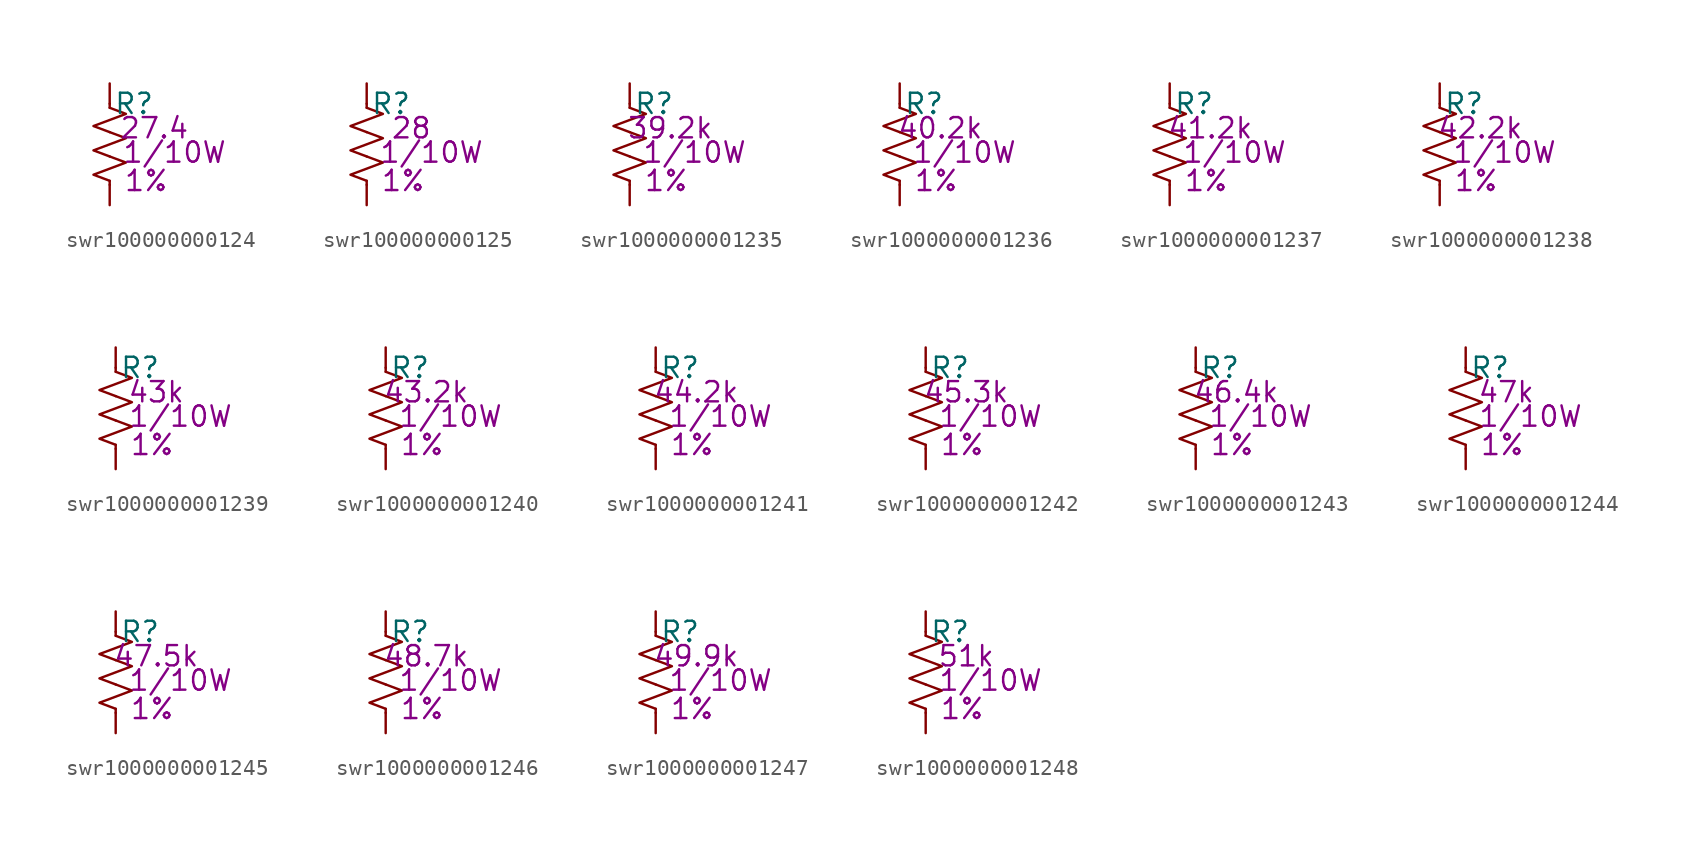
<source format=kicad_sym>
(kicad_symbol_lib
  (version 20211014)
  (generator kicad_symbol_editor)
  (symbol "swr100000000124"
    (pin_numbers hide)
    (pin_names
      (offset 1.016))
    (property "Reference" "R"
      (at 1.524 2.54 0)
      (effects (font (size 1.27 1.27))))
    (property "Tolerance" "1%"
      (at 2.286 -2.286 0)
      (effects (font (size 1.27 1.27))))
    (property "Wattage" "1/10W"
      (at 4.064 -0.508 0)
      (effects (font (size 1.27 1.27))))
    (property "PartValue" "27.4"
      (at 2.794 1.016 0)
      (effects (font (size 1.27 1.27))))
    (symbol "swr100000000124_1_1"
      (polyline (pts (xy 0 -2.286) (xy 0 -2.54)) (stroke (width 0) (type default) (color 0 0 0 0)) (fill (type none)))
      (polyline (pts (xy 0 2.286) (xy 0 2.54)) (stroke (width 0) (type default) (color 0 0 0 0)) (fill (type none)))
      (polyline (pts (xy 0 -0.762) (xy 1.016 -1.143) (xy 0 -1.524) (xy -1.016 -1.905) (xy 0 -2.286)) (stroke (width 0) (type default) (color 0 0 0 0)) (fill (type none)))
      (polyline (pts (xy 0 0.762) (xy 1.016 0.381) (xy 0 0) (xy -1.016 -0.381) (xy 0 -0.762)) (stroke (width 0) (type default) (color 0 0 0 0)) (fill (type none)))
      (polyline (pts (xy 0 2.286) (xy 1.016 1.905) (xy 0 1.524) (xy -1.016 1.143) (xy 0 0.762)) (stroke (width 0) (type default) (color 0 0 0 0)) (fill (type none)))
      (pin passive line (at 0 3.81 270) (length 1.27) (name "~" (effects (font (size 1.27 1.27)))) (number "1" (effects (font (size 1.27 1.27)))))
      (pin passive line (at 0 -3.81 90) (length 1.27) (name "~" (effects (font (size 1.27 1.27)))) (number "2" (effects (font (size 1.27 1.27)))))))
  (symbol "swr100000000125"
    (pin_numbers hide)
    (pin_names
      (offset 1.016))
    (property "Reference" "R"
      (at 1.524 2.54 0)
      (effects (font (size 1.27 1.27))))
    (property "Tolerance" "1%"
      (at 2.286 -2.286 0)
      (effects (font (size 1.27 1.27))))
    (property "Wattage" "1/10W"
      (at 4.064 -0.508 0)
      (effects (font (size 1.27 1.27))))
    (property "PartValue" "28"
      (at 2.794 1.016 0)
      (effects (font (size 1.27 1.27))))
    (symbol "swr100000000125_1_1"
      (polyline (pts (xy 0 -2.286) (xy 0 -2.54)) (stroke (width 0) (type default) (color 0 0 0 0)) (fill (type none)))
      (polyline (pts (xy 0 2.286) (xy 0 2.54)) (stroke (width 0) (type default) (color 0 0 0 0)) (fill (type none)))
      (polyline (pts (xy 0 -0.762) (xy 1.016 -1.143) (xy 0 -1.524) (xy -1.016 -1.905) (xy 0 -2.286)) (stroke (width 0) (type default) (color 0 0 0 0)) (fill (type none)))
      (polyline (pts (xy 0 0.762) (xy 1.016 0.381) (xy 0 0) (xy -1.016 -0.381) (xy 0 -0.762)) (stroke (width 0) (type default) (color 0 0 0 0)) (fill (type none)))
      (polyline (pts (xy 0 2.286) (xy 1.016 1.905) (xy 0 1.524) (xy -1.016 1.143) (xy 0 0.762)) (stroke (width 0) (type default) (color 0 0 0 0)) (fill (type none)))
      (pin passive line (at 0 3.81 270) (length 1.27) (name "~" (effects (font (size 1.27 1.27)))) (number "1" (effects (font (size 1.27 1.27)))))
      (pin passive line (at 0 -3.81 90) (length 1.27) (name "~" (effects (font (size 1.27 1.27)))) (number "2" (effects (font (size 1.27 1.27)))))))
  (symbol "swr1000000001235"
    (pin_numbers hide)
    (pin_names
      (offset 1.016))
    (property "Reference" "R"
      (at 1.524 2.54 0)
      (effects (font (size 1.27 1.27))))
    (property "PartValue" "39.2k"
      (at 2.54 1.016 0)
      (effects (font (size 1.27 1.27))))
    (property "Tolerance" "1%"
      (at 2.286 -2.286 0)
      (effects (font (size 1.27 1.27))))
    (property "Wattage" "1/10W"
      (at 4.064 -0.508 0)
      (effects (font (size 1.27 1.27))))
    (symbol "swr1000000001235_1_1"
      (polyline (pts (xy 0 -2.286) (xy 0 -2.54)) (stroke (width 0) (type default) (color 0 0 0 0)) (fill (type none)))
      (polyline (pts (xy 0 2.286) (xy 0 2.54)) (stroke (width 0) (type default) (color 0 0 0 0)) (fill (type none)))
      (polyline (pts (xy 0 -0.762) (xy 1.016 -1.143) (xy 0 -1.524) (xy -1.016 -1.905) (xy 0 -2.286)) (stroke (width 0) (type default) (color 0 0 0 0)) (fill (type none)))
      (polyline (pts (xy 0 0.762) (xy 1.016 0.381) (xy 0 0) (xy -1.016 -0.381) (xy 0 -0.762)) (stroke (width 0) (type default) (color 0 0 0 0)) (fill (type none)))
      (polyline (pts (xy 0 2.286) (xy 1.016 1.905) (xy 0 1.524) (xy -1.016 1.143) (xy 0 0.762)) (stroke (width 0) (type default) (color 0 0 0 0)) (fill (type none)))
      (pin passive line (at 0 3.81 270) (length 1.27) (name "~" (effects (font (size 1.27 1.27)))) (number "1" (effects (font (size 1.27 1.27)))))
      (pin passive line (at 0 -3.81 90) (length 1.27) (name "~" (effects (font (size 1.27 1.27)))) (number "2" (effects (font (size 1.27 1.27)))))))
  (symbol "swr1000000001236"
    (pin_numbers hide)
    (pin_names
      (offset 1.016))
    (property "Reference" "R"
      (at 1.524 2.54 0)
      (effects (font (size 1.27 1.27))))
    (property "PartValue" "40.2k"
      (at 2.54 1.016 0)
      (effects (font (size 1.27 1.27))))
    (property "Tolerance" "1%"
      (at 2.286 -2.286 0)
      (effects (font (size 1.27 1.27))))
    (property "Wattage" "1/10W"
      (at 4.064 -0.508 0)
      (effects (font (size 1.27 1.27))))
    (symbol "swr1000000001236_1_1"
      (polyline (pts (xy 0 -2.286) (xy 0 -2.54)) (stroke (width 0) (type default) (color 0 0 0 0)) (fill (type none)))
      (polyline (pts (xy 0 2.286) (xy 0 2.54)) (stroke (width 0) (type default) (color 0 0 0 0)) (fill (type none)))
      (polyline (pts (xy 0 -0.762) (xy 1.016 -1.143) (xy 0 -1.524) (xy -1.016 -1.905) (xy 0 -2.286)) (stroke (width 0) (type default) (color 0 0 0 0)) (fill (type none)))
      (polyline (pts (xy 0 0.762) (xy 1.016 0.381) (xy 0 0) (xy -1.016 -0.381) (xy 0 -0.762)) (stroke (width 0) (type default) (color 0 0 0 0)) (fill (type none)))
      (polyline (pts (xy 0 2.286) (xy 1.016 1.905) (xy 0 1.524) (xy -1.016 1.143) (xy 0 0.762)) (stroke (width 0) (type default) (color 0 0 0 0)) (fill (type none)))
      (pin passive line (at 0 3.81 270) (length 1.27) (name "~" (effects (font (size 1.27 1.27)))) (number "1" (effects (font (size 1.27 1.27)))))
      (pin passive line (at 0 -3.81 90) (length 1.27) (name "~" (effects (font (size 1.27 1.27)))) (number "2" (effects (font (size 1.27 1.27)))))))
  (symbol "swr1000000001237"
    (pin_numbers hide)
    (pin_names
      (offset 1.016))
    (property "Reference" "R"
      (at 1.524 2.54 0)
      (effects (font (size 1.27 1.27))))
    (property "PartValue" "41.2k"
      (at 2.54 1.016 0)
      (effects (font (size 1.27 1.27))))
    (property "Tolerance" "1%"
      (at 2.286 -2.286 0)
      (effects (font (size 1.27 1.27))))
    (property "Wattage" "1/10W"
      (at 4.064 -0.508 0)
      (effects (font (size 1.27 1.27))))
    (symbol "swr1000000001237_1_1"
      (polyline (pts (xy 0 -2.286) (xy 0 -2.54)) (stroke (width 0) (type default) (color 0 0 0 0)) (fill (type none)))
      (polyline (pts (xy 0 2.286) (xy 0 2.54)) (stroke (width 0) (type default) (color 0 0 0 0)) (fill (type none)))
      (polyline (pts (xy 0 -0.762) (xy 1.016 -1.143) (xy 0 -1.524) (xy -1.016 -1.905) (xy 0 -2.286)) (stroke (width 0) (type default) (color 0 0 0 0)) (fill (type none)))
      (polyline (pts (xy 0 0.762) (xy 1.016 0.381) (xy 0 0) (xy -1.016 -0.381) (xy 0 -0.762)) (stroke (width 0) (type default) (color 0 0 0 0)) (fill (type none)))
      (polyline (pts (xy 0 2.286) (xy 1.016 1.905) (xy 0 1.524) (xy -1.016 1.143) (xy 0 0.762)) (stroke (width 0) (type default) (color 0 0 0 0)) (fill (type none)))
      (pin passive line (at 0 3.81 270) (length 1.27) (name "~" (effects (font (size 1.27 1.27)))) (number "1" (effects (font (size 1.27 1.27)))))
      (pin passive line (at 0 -3.81 90) (length 1.27) (name "~" (effects (font (size 1.27 1.27)))) (number "2" (effects (font (size 1.27 1.27)))))))
  (symbol "swr1000000001238"
    (pin_numbers hide)
    (pin_names
      (offset 1.016))
    (property "Reference" "R"
      (at 1.524 2.54 0)
      (effects (font (size 1.27 1.27))))
    (property "PartValue" "42.2k"
      (at 2.54 1.016 0)
      (effects (font (size 1.27 1.27))))
    (property "Tolerance" "1%"
      (at 2.286 -2.286 0)
      (effects (font (size 1.27 1.27))))
    (property "Wattage" "1/10W"
      (at 4.064 -0.508 0)
      (effects (font (size 1.27 1.27))))
    (symbol "swr1000000001238_1_1"
      (polyline (pts (xy 0 -2.286) (xy 0 -2.54)) (stroke (width 0) (type default) (color 0 0 0 0)) (fill (type none)))
      (polyline (pts (xy 0 2.286) (xy 0 2.54)) (stroke (width 0) (type default) (color 0 0 0 0)) (fill (type none)))
      (polyline (pts (xy 0 -0.762) (xy 1.016 -1.143) (xy 0 -1.524) (xy -1.016 -1.905) (xy 0 -2.286)) (stroke (width 0) (type default) (color 0 0 0 0)) (fill (type none)))
      (polyline (pts (xy 0 0.762) (xy 1.016 0.381) (xy 0 0) (xy -1.016 -0.381) (xy 0 -0.762)) (stroke (width 0) (type default) (color 0 0 0 0)) (fill (type none)))
      (polyline (pts (xy 0 2.286) (xy 1.016 1.905) (xy 0 1.524) (xy -1.016 1.143) (xy 0 0.762)) (stroke (width 0) (type default) (color 0 0 0 0)) (fill (type none)))
      (pin passive line (at 0 3.81 270) (length 1.27) (name "~" (effects (font (size 1.27 1.27)))) (number "1" (effects (font (size 1.27 1.27)))))
      (pin passive line (at 0 -3.81 90) (length 1.27) (name "~" (effects (font (size 1.27 1.27)))) (number "2" (effects (font (size 1.27 1.27)))))))
  (symbol "swr1000000001239"
    (pin_numbers hide)
    (pin_names
      (offset 1.016))
    (property "Reference" "R"
      (at 1.524 2.54 0)
      (effects (font (size 1.27 1.27))))
    (property "PartValue" "43k"
      (at 2.54 1.016 0)
      (effects (font (size 1.27 1.27))))
    (property "Tolerance" "1%"
      (at 2.286 -2.286 0)
      (effects (font (size 1.27 1.27))))
    (property "Wattage" "1/10W"
      (at 4.064 -0.508 0)
      (effects (font (size 1.27 1.27))))
    (symbol "swr1000000001239_1_1"
      (polyline (pts (xy 0 -2.286) (xy 0 -2.54)) (stroke (width 0) (type default) (color 0 0 0 0)) (fill (type none)))
      (polyline (pts (xy 0 2.286) (xy 0 2.54)) (stroke (width 0) (type default) (color 0 0 0 0)) (fill (type none)))
      (polyline (pts (xy 0 -0.762) (xy 1.016 -1.143) (xy 0 -1.524) (xy -1.016 -1.905) (xy 0 -2.286)) (stroke (width 0) (type default) (color 0 0 0 0)) (fill (type none)))
      (polyline (pts (xy 0 0.762) (xy 1.016 0.381) (xy 0 0) (xy -1.016 -0.381) (xy 0 -0.762)) (stroke (width 0) (type default) (color 0 0 0 0)) (fill (type none)))
      (polyline (pts (xy 0 2.286) (xy 1.016 1.905) (xy 0 1.524) (xy -1.016 1.143) (xy 0 0.762)) (stroke (width 0) (type default) (color 0 0 0 0)) (fill (type none)))
      (pin passive line (at 0 3.81 270) (length 1.27) (name "~" (effects (font (size 1.27 1.27)))) (number "1" (effects (font (size 1.27 1.27)))))
      (pin passive line (at 0 -3.81 90) (length 1.27) (name "~" (effects (font (size 1.27 1.27)))) (number "2" (effects (font (size 1.27 1.27)))))))
  (symbol "swr1000000001240"
    (pin_numbers hide)
    (pin_names
      (offset 1.016))
    (property "Reference" "R"
      (at 1.524 2.54 0)
      (effects (font (size 1.27 1.27))))
    (property "PartValue" "43.2k"
      (at 2.54 1.016 0)
      (effects (font (size 1.27 1.27))))
    (property "Tolerance" "1%"
      (at 2.286 -2.286 0)
      (effects (font (size 1.27 1.27))))
    (property "Wattage" "1/10W"
      (at 4.064 -0.508 0)
      (effects (font (size 1.27 1.27))))
    (symbol "swr1000000001240_1_1"
      (polyline (pts (xy 0 -2.286) (xy 0 -2.54)) (stroke (width 0) (type default) (color 0 0 0 0)) (fill (type none)))
      (polyline (pts (xy 0 2.286) (xy 0 2.54)) (stroke (width 0) (type default) (color 0 0 0 0)) (fill (type none)))
      (polyline (pts (xy 0 -0.762) (xy 1.016 -1.143) (xy 0 -1.524) (xy -1.016 -1.905) (xy 0 -2.286)) (stroke (width 0) (type default) (color 0 0 0 0)) (fill (type none)))
      (polyline (pts (xy 0 0.762) (xy 1.016 0.381) (xy 0 0) (xy -1.016 -0.381) (xy 0 -0.762)) (stroke (width 0) (type default) (color 0 0 0 0)) (fill (type none)))
      (polyline (pts (xy 0 2.286) (xy 1.016 1.905) (xy 0 1.524) (xy -1.016 1.143) (xy 0 0.762)) (stroke (width 0) (type default) (color 0 0 0 0)) (fill (type none)))
      (pin passive line (at 0 3.81 270) (length 1.27) (name "~" (effects (font (size 1.27 1.27)))) (number "1" (effects (font (size 1.27 1.27)))))
      (pin passive line (at 0 -3.81 90) (length 1.27) (name "~" (effects (font (size 1.27 1.27)))) (number "2" (effects (font (size 1.27 1.27)))))))
  (symbol "swr1000000001241"
    (pin_numbers hide)
    (pin_names
      (offset 1.016))
    (property "Reference" "R"
      (at 1.524 2.54 0)
      (effects (font (size 1.27 1.27))))
    (property "PartValue" "44.2k"
      (at 2.54 1.016 0)
      (effects (font (size 1.27 1.27))))
    (property "Tolerance" "1%"
      (at 2.286 -2.286 0)
      (effects (font (size 1.27 1.27))))
    (property "Wattage" "1/10W"
      (at 4.064 -0.508 0)
      (effects (font (size 1.27 1.27))))
    (symbol "swr1000000001241_1_1"
      (polyline (pts (xy 0 -2.286) (xy 0 -2.54)) (stroke (width 0) (type default) (color 0 0 0 0)) (fill (type none)))
      (polyline (pts (xy 0 2.286) (xy 0 2.54)) (stroke (width 0) (type default) (color 0 0 0 0)) (fill (type none)))
      (polyline (pts (xy 0 -0.762) (xy 1.016 -1.143) (xy 0 -1.524) (xy -1.016 -1.905) (xy 0 -2.286)) (stroke (width 0) (type default) (color 0 0 0 0)) (fill (type none)))
      (polyline (pts (xy 0 0.762) (xy 1.016 0.381) (xy 0 0) (xy -1.016 -0.381) (xy 0 -0.762)) (stroke (width 0) (type default) (color 0 0 0 0)) (fill (type none)))
      (polyline (pts (xy 0 2.286) (xy 1.016 1.905) (xy 0 1.524) (xy -1.016 1.143) (xy 0 0.762)) (stroke (width 0) (type default) (color 0 0 0 0)) (fill (type none)))
      (pin passive line (at 0 3.81 270) (length 1.27) (name "~" (effects (font (size 1.27 1.27)))) (number "1" (effects (font (size 1.27 1.27)))))
      (pin passive line (at 0 -3.81 90) (length 1.27) (name "~" (effects (font (size 1.27 1.27)))) (number "2" (effects (font (size 1.27 1.27)))))))
  (symbol "swr1000000001242"
    (pin_numbers hide)
    (pin_names
      (offset 1.016))
    (property "Reference" "R"
      (at 1.524 2.54 0)
      (effects (font (size 1.27 1.27))))
    (property "PartValue" "45.3k"
      (at 2.54 1.016 0)
      (effects (font (size 1.27 1.27))))
    (property "Tolerance" "1%"
      (at 2.286 -2.286 0)
      (effects (font (size 1.27 1.27))))
    (property "Wattage" "1/10W"
      (at 4.064 -0.508 0)
      (effects (font (size 1.27 1.27))))
    (symbol "swr1000000001242_1_1"
      (polyline (pts (xy 0 -2.286) (xy 0 -2.54)) (stroke (width 0) (type default) (color 0 0 0 0)) (fill (type none)))
      (polyline (pts (xy 0 2.286) (xy 0 2.54)) (stroke (width 0) (type default) (color 0 0 0 0)) (fill (type none)))
      (polyline (pts (xy 0 -0.762) (xy 1.016 -1.143) (xy 0 -1.524) (xy -1.016 -1.905) (xy 0 -2.286)) (stroke (width 0) (type default) (color 0 0 0 0)) (fill (type none)))
      (polyline (pts (xy 0 0.762) (xy 1.016 0.381) (xy 0 0) (xy -1.016 -0.381) (xy 0 -0.762)) (stroke (width 0) (type default) (color 0 0 0 0)) (fill (type none)))
      (polyline (pts (xy 0 2.286) (xy 1.016 1.905) (xy 0 1.524) (xy -1.016 1.143) (xy 0 0.762)) (stroke (width 0) (type default) (color 0 0 0 0)) (fill (type none)))
      (pin passive line (at 0 3.81 270) (length 1.27) (name "~" (effects (font (size 1.27 1.27)))) (number "1" (effects (font (size 1.27 1.27)))))
      (pin passive line (at 0 -3.81 90) (length 1.27) (name "~" (effects (font (size 1.27 1.27)))) (number "2" (effects (font (size 1.27 1.27)))))))
  (symbol "swr1000000001243"
    (pin_numbers hide)
    (pin_names
      (offset 1.016))
    (property "Reference" "R"
      (at 1.524 2.54 0)
      (effects (font (size 1.27 1.27))))
    (property "PartValue" "46.4k"
      (at 2.54 1.016 0)
      (effects (font (size 1.27 1.27))))
    (property "Tolerance" "1%"
      (at 2.286 -2.286 0)
      (effects (font (size 1.27 1.27))))
    (property "Wattage" "1/10W"
      (at 4.064 -0.508 0)
      (effects (font (size 1.27 1.27))))
    (symbol "swr1000000001243_1_1"
      (polyline (pts (xy 0 -2.286) (xy 0 -2.54)) (stroke (width 0) (type default) (color 0 0 0 0)) (fill (type none)))
      (polyline (pts (xy 0 2.286) (xy 0 2.54)) (stroke (width 0) (type default) (color 0 0 0 0)) (fill (type none)))
      (polyline (pts (xy 0 -0.762) (xy 1.016 -1.143) (xy 0 -1.524) (xy -1.016 -1.905) (xy 0 -2.286)) (stroke (width 0) (type default) (color 0 0 0 0)) (fill (type none)))
      (polyline (pts (xy 0 0.762) (xy 1.016 0.381) (xy 0 0) (xy -1.016 -0.381) (xy 0 -0.762)) (stroke (width 0) (type default) (color 0 0 0 0)) (fill (type none)))
      (polyline (pts (xy 0 2.286) (xy 1.016 1.905) (xy 0 1.524) (xy -1.016 1.143) (xy 0 0.762)) (stroke (width 0) (type default) (color 0 0 0 0)) (fill (type none)))
      (pin passive line (at 0 3.81 270) (length 1.27) (name "~" (effects (font (size 1.27 1.27)))) (number "1" (effects (font (size 1.27 1.27)))))
      (pin passive line (at 0 -3.81 90) (length 1.27) (name "~" (effects (font (size 1.27 1.27)))) (number "2" (effects (font (size 1.27 1.27)))))))
  (symbol "swr1000000001244"
    (pin_numbers hide)
    (pin_names
      (offset 1.016))
    (property "Reference" "R"
      (at 1.524 2.54 0)
      (effects (font (size 1.27 1.27))))
    (property "PartValue" "47k"
      (at 2.54 1.016 0)
      (effects (font (size 1.27 1.27))))
    (property "Tolerance" "1%"
      (at 2.286 -2.286 0)
      (effects (font (size 1.27 1.27))))
    (property "Wattage" "1/10W"
      (at 4.064 -0.508 0)
      (effects (font (size 1.27 1.27))))
    (symbol "swr1000000001244_1_1"
      (polyline (pts (xy 0 -2.286) (xy 0 -2.54)) (stroke (width 0) (type default) (color 0 0 0 0)) (fill (type none)))
      (polyline (pts (xy 0 2.286) (xy 0 2.54)) (stroke (width 0) (type default) (color 0 0 0 0)) (fill (type none)))
      (polyline (pts (xy 0 -0.762) (xy 1.016 -1.143) (xy 0 -1.524) (xy -1.016 -1.905) (xy 0 -2.286)) (stroke (width 0) (type default) (color 0 0 0 0)) (fill (type none)))
      (polyline (pts (xy 0 0.762) (xy 1.016 0.381) (xy 0 0) (xy -1.016 -0.381) (xy 0 -0.762)) (stroke (width 0) (type default) (color 0 0 0 0)) (fill (type none)))
      (polyline (pts (xy 0 2.286) (xy 1.016 1.905) (xy 0 1.524) (xy -1.016 1.143) (xy 0 0.762)) (stroke (width 0) (type default) (color 0 0 0 0)) (fill (type none)))
      (pin passive line (at 0 3.81 270) (length 1.27) (name "~" (effects (font (size 1.27 1.27)))) (number "1" (effects (font (size 1.27 1.27)))))
      (pin passive line (at 0 -3.81 90) (length 1.27) (name "~" (effects (font (size 1.27 1.27)))) (number "2" (effects (font (size 1.27 1.27)))))))
  (symbol "swr1000000001245"
    (pin_numbers hide)
    (pin_names
      (offset 1.016))
    (property "Reference" "R"
      (at 1.524 2.54 0)
      (effects (font (size 1.27 1.27))))
    (property "PartValue" "47.5k"
      (at 2.54 1.016 0)
      (effects (font (size 1.27 1.27))))
    (property "Tolerance" "1%"
      (at 2.286 -2.286 0)
      (effects (font (size 1.27 1.27))))
    (property "Wattage" "1/10W"
      (at 4.064 -0.508 0)
      (effects (font (size 1.27 1.27))))
    (symbol "swr1000000001245_1_1"
      (polyline (pts (xy 0 -2.286) (xy 0 -2.54)) (stroke (width 0) (type default) (color 0 0 0 0)) (fill (type none)))
      (polyline (pts (xy 0 2.286) (xy 0 2.54)) (stroke (width 0) (type default) (color 0 0 0 0)) (fill (type none)))
      (polyline (pts (xy 0 -0.762) (xy 1.016 -1.143) (xy 0 -1.524) (xy -1.016 -1.905) (xy 0 -2.286)) (stroke (width 0) (type default) (color 0 0 0 0)) (fill (type none)))
      (polyline (pts (xy 0 0.762) (xy 1.016 0.381) (xy 0 0) (xy -1.016 -0.381) (xy 0 -0.762)) (stroke (width 0) (type default) (color 0 0 0 0)) (fill (type none)))
      (polyline (pts (xy 0 2.286) (xy 1.016 1.905) (xy 0 1.524) (xy -1.016 1.143) (xy 0 0.762)) (stroke (width 0) (type default) (color 0 0 0 0)) (fill (type none)))
      (pin passive line (at 0 3.81 270) (length 1.27) (name "~" (effects (font (size 1.27 1.27)))) (number "1" (effects (font (size 1.27 1.27)))))
      (pin passive line (at 0 -3.81 90) (length 1.27) (name "~" (effects (font (size 1.27 1.27)))) (number "2" (effects (font (size 1.27 1.27)))))))
  (symbol "swr1000000001246"
    (pin_numbers hide)
    (pin_names
      (offset 1.016))
    (property "Reference" "R"
      (at 1.524 2.54 0)
      (effects (font (size 1.27 1.27))))
    (property "PartValue" "48.7k"
      (at 2.54 1.016 0)
      (effects (font (size 1.27 1.27))))
    (property "Tolerance" "1%"
      (at 2.286 -2.286 0)
      (effects (font (size 1.27 1.27))))
    (property "Wattage" "1/10W"
      (at 4.064 -0.508 0)
      (effects (font (size 1.27 1.27))))
    (symbol "swr1000000001246_1_1"
      (polyline (pts (xy 0 -2.286) (xy 0 -2.54)) (stroke (width 0) (type default) (color 0 0 0 0)) (fill (type none)))
      (polyline (pts (xy 0 2.286) (xy 0 2.54)) (stroke (width 0) (type default) (color 0 0 0 0)) (fill (type none)))
      (polyline (pts (xy 0 -0.762) (xy 1.016 -1.143) (xy 0 -1.524) (xy -1.016 -1.905) (xy 0 -2.286)) (stroke (width 0) (type default) (color 0 0 0 0)) (fill (type none)))
      (polyline (pts (xy 0 0.762) (xy 1.016 0.381) (xy 0 0) (xy -1.016 -0.381) (xy 0 -0.762)) (stroke (width 0) (type default) (color 0 0 0 0)) (fill (type none)))
      (polyline (pts (xy 0 2.286) (xy 1.016 1.905) (xy 0 1.524) (xy -1.016 1.143) (xy 0 0.762)) (stroke (width 0) (type default) (color 0 0 0 0)) (fill (type none)))
      (pin passive line (at 0 3.81 270) (length 1.27) (name "~" (effects (font (size 1.27 1.27)))) (number "1" (effects (font (size 1.27 1.27)))))
      (pin passive line (at 0 -3.81 90) (length 1.27) (name "~" (effects (font (size 1.27 1.27)))) (number "2" (effects (font (size 1.27 1.27)))))))
  (symbol "swr1000000001247"
    (pin_numbers hide)
    (pin_names
      (offset 1.016))
    (property "Reference" "R"
      (at 1.524 2.54 0)
      (effects (font (size 1.27 1.27))))
    (property "PartValue" "49.9k"
      (at 2.54 1.016 0)
      (effects (font (size 1.27 1.27))))
    (property "Tolerance" "1%"
      (at 2.286 -2.286 0)
      (effects (font (size 1.27 1.27))))
    (property "Wattage" "1/10W"
      (at 4.064 -0.508 0)
      (effects (font (size 1.27 1.27))))
    (symbol "swr1000000001247_1_1"
      (polyline (pts (xy 0 -2.286) (xy 0 -2.54)) (stroke (width 0) (type default) (color 0 0 0 0)) (fill (type none)))
      (polyline (pts (xy 0 2.286) (xy 0 2.54)) (stroke (width 0) (type default) (color 0 0 0 0)) (fill (type none)))
      (polyline (pts (xy 0 -0.762) (xy 1.016 -1.143) (xy 0 -1.524) (xy -1.016 -1.905) (xy 0 -2.286)) (stroke (width 0) (type default) (color 0 0 0 0)) (fill (type none)))
      (polyline (pts (xy 0 0.762) (xy 1.016 0.381) (xy 0 0) (xy -1.016 -0.381) (xy 0 -0.762)) (stroke (width 0) (type default) (color 0 0 0 0)) (fill (type none)))
      (polyline (pts (xy 0 2.286) (xy 1.016 1.905) (xy 0 1.524) (xy -1.016 1.143) (xy 0 0.762)) (stroke (width 0) (type default) (color 0 0 0 0)) (fill (type none)))
      (pin passive line (at 0 3.81 270) (length 1.27) (name "~" (effects (font (size 1.27 1.27)))) (number "1" (effects (font (size 1.27 1.27)))))
      (pin passive line (at 0 -3.81 90) (length 1.27) (name "~" (effects (font (size 1.27 1.27)))) (number "2" (effects (font (size 1.27 1.27)))))))
  (symbol "swr1000000001248"
    (pin_numbers hide)
    (pin_names
      (offset 1.016))
    (property "Reference" "R"
      (at 1.524 2.54 0)
      (effects (font (size 1.27 1.27))))
    (property "PartValue" "51k"
      (at 2.54 1.016 0)
      (effects (font (size 1.27 1.27))))
    (property "Tolerance" "1%"
      (at 2.286 -2.286 0)
      (effects (font (size 1.27 1.27))))
    (property "Wattage" "1/10W"
      (at 4.064 -0.508 0)
      (effects (font (size 1.27 1.27))))
    (symbol "swr1000000001248_1_1"
      (polyline (pts (xy 0 -2.286) (xy 0 -2.54)) (stroke (width 0) (type default) (color 0 0 0 0)) (fill (type none)))
      (polyline (pts (xy 0 2.286) (xy 0 2.54)) (stroke (width 0) (type default) (color 0 0 0 0)) (fill (type none)))
      (polyline (pts (xy 0 -0.762) (xy 1.016 -1.143) (xy 0 -1.524) (xy -1.016 -1.905) (xy 0 -2.286)) (stroke (width 0) (type default) (color 0 0 0 0)) (fill (type none)))
      (polyline (pts (xy 0 0.762) (xy 1.016 0.381) (xy 0 0) (xy -1.016 -0.381) (xy 0 -0.762)) (stroke (width 0) (type default) (color 0 0 0 0)) (fill (type none)))
      (polyline (pts (xy 0 2.286) (xy 1.016 1.905) (xy 0 1.524) (xy -1.016 1.143) (xy 0 0.762)) (stroke (width 0) (type default) (color 0 0 0 0)) (fill (type none)))
      (pin passive line (at 0 3.81 270) (length 1.27) (name "~" (effects (font (size 1.27 1.27)))) (number "1" (effects (font (size 1.27 1.27)))))
      (pin passive line (at 0 -3.81 90) (length 1.27) (name "~" (effects (font (size 1.27 1.27)))) (number "2" (effects (font (size 1.27 1.27))))))))
</source>
